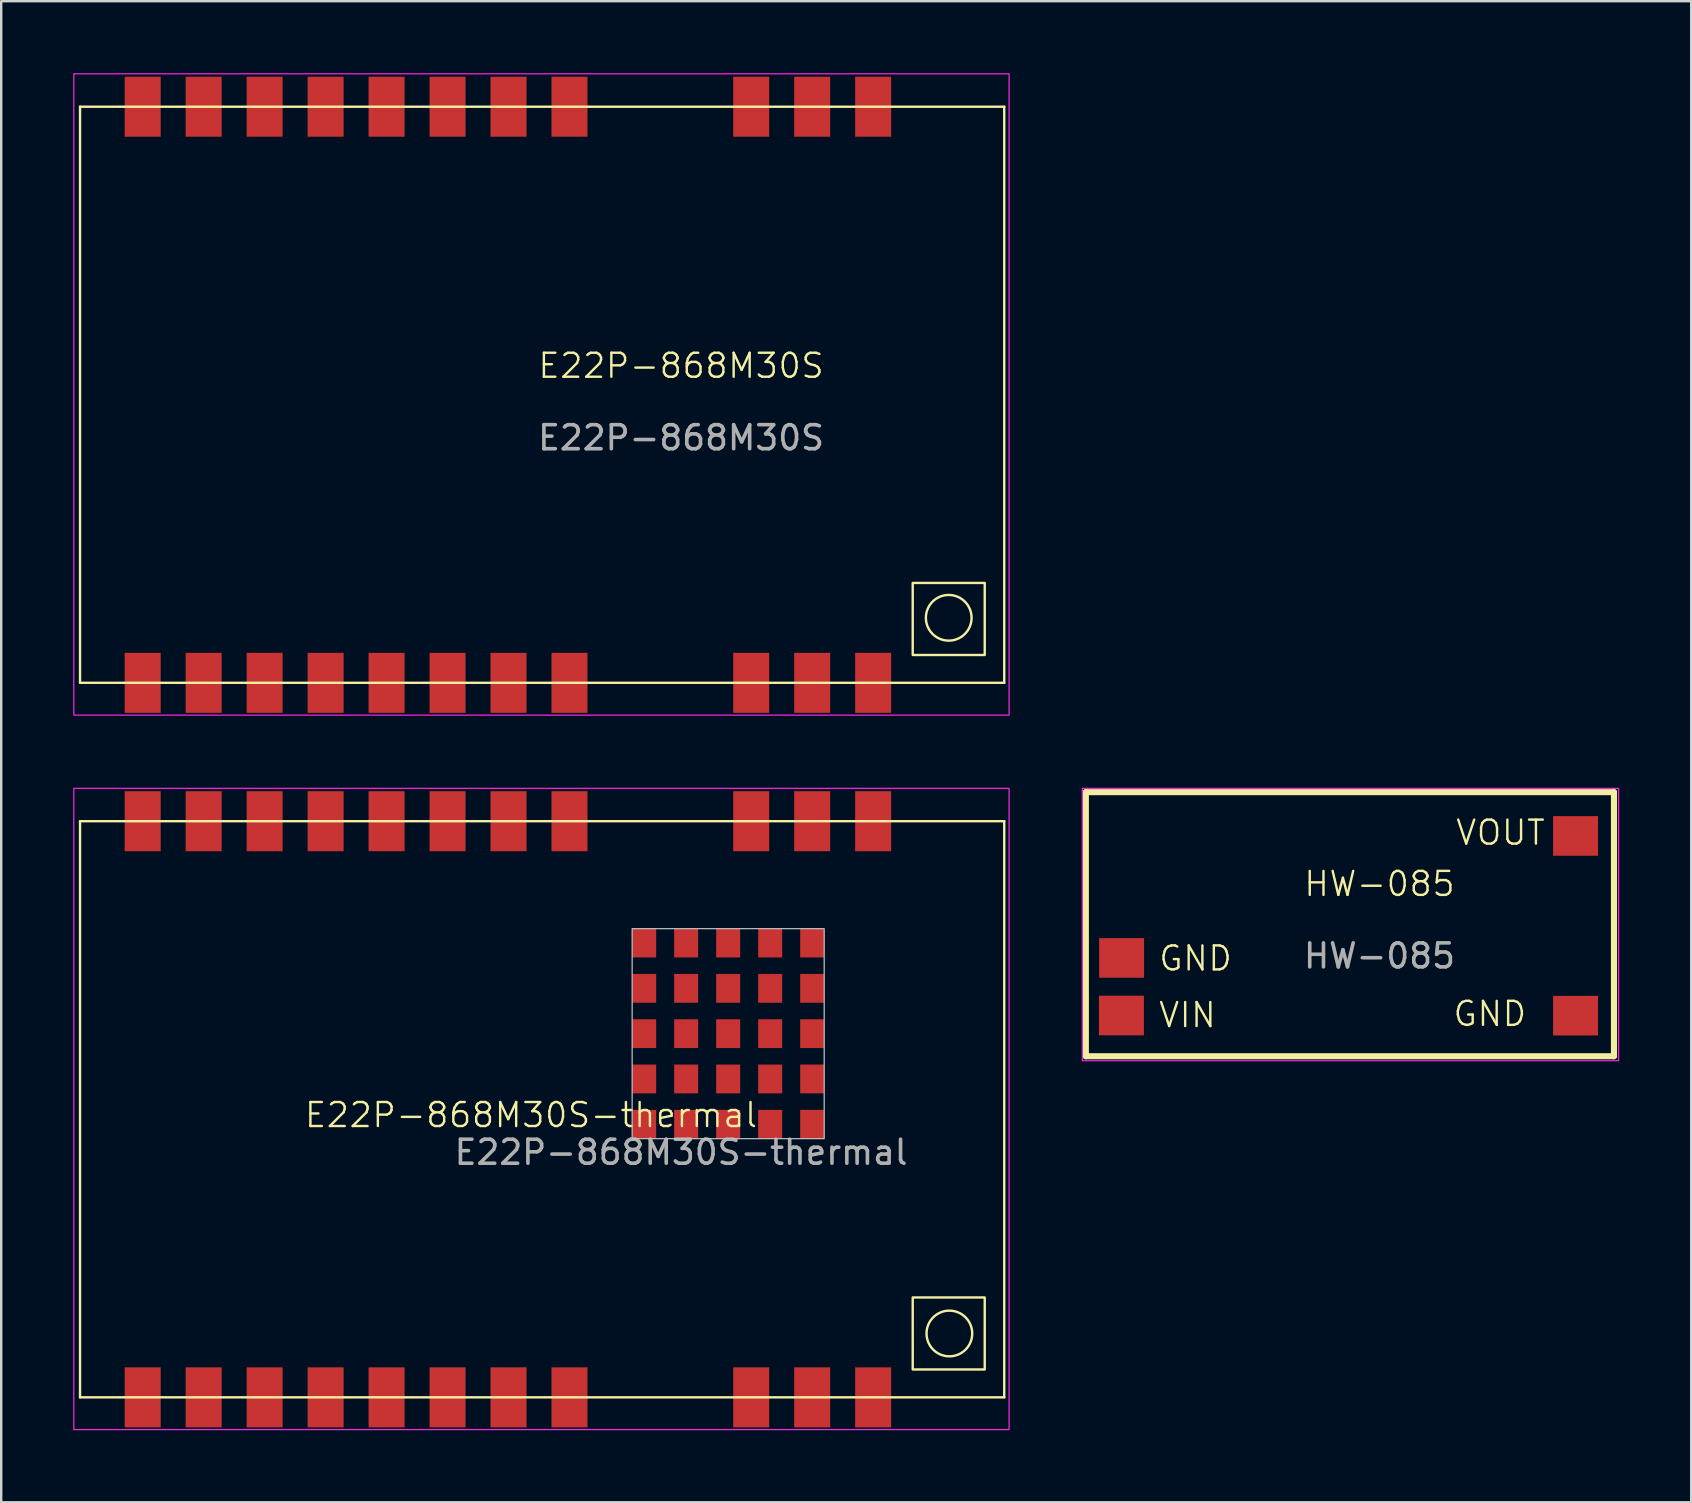
<source format=kicad_pcb>
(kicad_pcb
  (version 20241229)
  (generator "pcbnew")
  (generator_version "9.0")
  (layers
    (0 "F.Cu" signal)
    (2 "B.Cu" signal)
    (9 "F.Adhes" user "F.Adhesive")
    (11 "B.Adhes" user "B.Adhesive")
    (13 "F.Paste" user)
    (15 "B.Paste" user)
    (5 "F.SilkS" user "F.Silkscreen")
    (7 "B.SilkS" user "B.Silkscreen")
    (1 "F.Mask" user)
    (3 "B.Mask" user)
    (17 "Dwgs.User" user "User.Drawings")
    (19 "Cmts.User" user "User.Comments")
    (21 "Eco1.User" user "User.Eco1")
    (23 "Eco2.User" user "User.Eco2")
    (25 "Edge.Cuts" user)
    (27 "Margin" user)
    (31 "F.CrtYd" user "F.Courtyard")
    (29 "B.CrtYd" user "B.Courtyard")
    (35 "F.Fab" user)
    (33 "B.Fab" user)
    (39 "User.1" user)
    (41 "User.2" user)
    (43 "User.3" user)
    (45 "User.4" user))
  (footprint "E22P-868M30S"
    (layer "F.Cu")
    (at 18.972 15.235)
    (property "Reference" "E22P-868M30S" (at 6.35 -3.048 0) (unlocked yes) (layer "F.SilkS") (effects (font (size 1 1) (thickness 0.1))))
    (attr exclude_from_pos_files exclude_from_bom)
    (fp_line (start -18.688 -13.84) (end 19.812 -13.84) (stroke (width 0.1) (type solid)) (layer "F.SilkS"))
    (fp_line (start -18.688 10.16) (end -18.688 -13.84) (stroke (width 0.1) (type solid)) (layer "F.SilkS"))
    (fp_line (start -18.688 10.16) (end 19.812 10.16) (stroke (width 0.1) (type solid)) (layer "F.SilkS"))
    (fp_line (start 19.812 10.16) (end 19.812 -13.84) (stroke (width 0.1) (type solid)) (layer "F.SilkS"))
    (fp_rect (start 16 6) (end 19 9) (stroke (width 0.1) (type default)) (fill no) (layer "F.SilkS"))
    (fp_circle (center 17.5 7.451) (end 18.173 8.124) (stroke (width 0.1) (type default)) (fill no) (layer "F.SilkS"))
    (fp_rect (start -18.947 -15.21) (end 20.015 11.505) (stroke (width 0.05) (type default)) (fill no) (layer "F.CrtYd"))
    (fp_text user "${REFERENCE}" (at 6.35 -0.048 0) (unlocked yes) (layer "F.Fab") (effects (font (size 1 1) (thickness 0.15))))
    (pad "1" smd rect (at -16.078 -13.84 90) (size 2.5 1.5) (layers "F.Cu" "F.Mask" "F.Paste"))
    (pad "1" smd rect (at -16.078 10.16 90) (size 2.5 1.5) (layers "F.Cu" "F.Mask" "F.Paste"))
    (pad "1" smd rect (at -0.838 -13.84 90) (size 2.5 1.5) (layers "F.Cu" "F.Mask" "F.Paste"))
    (pad "1" smd rect (at 1.702 -13.84 90) (size 2.5 1.5) (layers "F.Cu" "F.Mask" "F.Paste"))
    (pad "1" smd rect (at 9.272 -13.84 270) (size 2.5 1.5) (layers "F.Cu" "F.Mask" "F.Paste"))
    (pad "1" smd rect (at 9.272 10.16 270) (size 2.5 1.5) (layers "F.Cu" "F.Mask" "F.Paste"))
    (pad "1" smd rect (at 11.812 -13.84 270) (size 2.5 1.5) (layers "F.Cu" "F.Mask" "F.Paste"))
    (pad "1" smd rect (at 14.352 -13.84 270) (size 2.5 1.5) (layers "F.Cu" "F.Mask" "F.Paste"))
    (pad "1" smd rect (at 14.352 10.16 270) (size 2.5 1.5) (layers "F.Cu" "F.Mask" "F.Paste"))
    (pad "6" smd rect (at -3.378 -13.84 90) (size 2.5 1.5) (layers "F.Cu" "F.Mask" "F.Paste"))
    (pad "7" smd rect (at -5.918 -13.84 90) (size 2.5 1.5) (layers "F.Cu" "F.Mask" "F.Paste"))
    (pad "8" smd rect (at -8.458 -13.84 90) (size 2.5 1.5) (layers "F.Cu" "F.Mask" "F.Paste"))
    (pad "9" smd rect (at -13.538 -13.84 90) (size 2.5 1.5) (layers "F.Cu" "F.Mask" "F.Paste"))
    (pad "9" smd rect (at -10.998 -13.84 90) (size 2.5 1.5) (layers "F.Cu" "F.Mask" "F.Paste"))
    (pad "13" smd rect (at -13.538 10.16 90) (size 2.5 1.5) (layers "F.Cu" "F.Mask" "F.Paste"))
    (pad "14" smd rect (at -10.998 10.16 90) (size 2.5 1.5) (layers "F.Cu" "F.Mask" "F.Paste"))
    (pad "15" smd rect (at -8.458 10.16 90) (size 2.5 1.5) (layers "F.Cu" "F.Mask" "F.Paste"))
    (pad "16" smd rect (at -5.918 10.16 90) (size 2.5 1.5) (layers "F.Cu" "F.Mask" "F.Paste"))
    (pad "17" smd rect (at -3.378 10.16 90) (size 2.5 1.5) (layers "F.Cu" "F.Mask" "F.Paste"))
    (pad "18" smd rect (at -0.838 10.16 90) (size 2.5 1.5) (layers "F.Cu" "F.Mask" "F.Paste"))
    (pad "19" smd rect (at 1.702 10.16 90) (size 2.5 1.5) (layers "F.Cu" "F.Mask" "F.Paste"))
    (pad "21" smd rect (at 11.812 10.16 270) (size 2.5 1.5) (layers "F.Cu" "F.Mask" "F.Paste")))
  (footprint "HW-085"
    (layer "F.Cu")
    (at 53.36 36.214)
    (property "Reference" "HW-085" (at 1.056 -2.442 0) (unlocked yes) (layer "F.SilkS") (effects (font (size 1 1) (thickness 0.1))))
    (attr exclude_from_pos_files exclude_from_bom)
    (fp_line (start -11.176 -6.264) (end 10.824 -6.264) (stroke (width 0.254) (type solid)) (layer "F.SilkS"))
    (fp_line (start -11.176 4.736) (end -11.176 -6.264) (stroke (width 0.254) (type solid)) (layer "F.SilkS"))
    (fp_line (start 10.824 -6.264) (end 10.824 4.736) (stroke (width 0.254) (type solid)) (layer "F.SilkS"))
    (fp_line (start 10.824 4.736) (end -11.176 4.736) (stroke (width 0.254) (type solid)) (layer "F.SilkS"))
    (fp_rect (start -11.322 -6.424) (end 11.016 4.923) (stroke (width 0.05) (type default)) (fill no) (layer "F.CrtYd"))
    (fp_text user "GND" (at 4.064 3.556 0) (unlocked yes) (layer "F.SilkS") (effects (font (size 1 1) (thickness 0.1)) (justify left bottom)))
    (fp_text user "GND" (at -8.196 1.246 0) (unlocked yes) (layer "F.SilkS") (effects (font (size 1 1) (thickness 0.1)) (justify left bottom)))
    (fp_text user "VIN" (at -8.2 3.606 0) (unlocked yes) (layer "F.SilkS") (effects (font (size 1 1) (thickness 0.1)) (justify left bottom)))
    (fp_text user "VOUT" (at 4.174 -3.994 0) (unlocked yes) (layer "F.SilkS") (effects (font (size 1 1) (thickness 0.1)) (justify left bottom)))
    (fp_text user "${REFERENCE}" (at 1.056 0.558 0) (unlocked yes) (layer "F.Fab") (effects (font (size 1 1) (thickness 0.15))))
    (pad "1" smd rect (at -9.693 3.04) (size 1.872 1.651) (layers "F.Cu" "F.Mask"))
    (pad "2" smd rect (at -9.686 0.641) (size 1.872 1.651) (layers "F.Cu" "F.Mask"))
    (pad "2" smd rect (at 9.225 3.047) (size 1.872 1.651) (layers "F.Cu" "F.Mask"))
    (pad "3" smd rect (at 9.225 -4.441) (size 1.872 1.651) (layers "F.Cu" "F.Mask")))
  (footprint "E22P-868M30S-thermal"
    (layer "F.Cu")
    (at 18.972 45)
    (property "Reference" "E22P-868M30S-thermal" (at 0.1 -1.6 0) (unlocked yes) (layer "F.SilkS") (effects (font (size 1 1) (thickness 0.1))))
    (attr exclude_from_pos_files exclude_from_bom)
    (fp_line (start -18.688 -13.84) (end 19.812 -13.84) (stroke (width 0.1) (type solid)) (layer "F.SilkS"))
    (fp_line (start -18.688 10.16) (end -18.688 -13.84) (stroke (width 0.1) (type solid)) (layer "F.SilkS"))
    (fp_line (start -18.688 10.16) (end 19.812 10.16) (stroke (width 0.1) (type solid)) (layer "F.SilkS"))
    (fp_line (start 19.812 10.16) (end 19.812 -13.84) (stroke (width 0.1) (type solid)) (layer "F.SilkS"))
    (fp_rect (start 16 6) (end 19 9) (stroke (width 0.1) (type default)) (fill no) (layer "F.SilkS"))
    (fp_circle (center 17.527 7.5) (end 18.2 8.173) (stroke (width 0.1) (type default)) (fill no) (layer "F.SilkS"))
    (fp_rect (start 4.312 -9.365) (end 12.312 -0.615) (stroke (width 0.05) (type solid)) (fill no) (layer "Dwgs.User"))
    (fp_rect (start -18.947 -15.21) (end 20.015 11.505) (stroke (width 0.05) (type default)) (fill no) (layer "F.CrtYd"))
    (fp_text user "${REFERENCE}" (at 6.35 -0.048 0) (unlocked yes) (layer "F.Fab") (effects (font (size 1 1) (thickness 0.15))))
    (pad "1" smd rect (at -16.078 -13.84 90) (size 2.5 1.5) (layers "F.Cu" "F.Mask" "F.Paste"))
    (pad "1" smd rect (at -16.078 10.16 90) (size 2.5 1.5) (layers "F.Cu" "F.Mask" "F.Paste"))
    (pad "1" smd rect (at -0.838 -13.84 90) (size 2.5 1.5) (layers "F.Cu" "F.Mask" "F.Paste"))
    (pad "1" smd rect (at 1.702 -13.84 90) (size 2.5 1.5) (layers "F.Cu" "F.Mask" "F.Paste"))
    (pad "1" smd rect (at 4.812 -8.765) (size 1 1.2) (layers "F.Cu" "F.Mask" "F.Paste"))
    (pad "1" smd rect (at 4.812 -6.878) (size 1 1.2) (layers "F.Cu" "F.Mask" "F.Paste"))
    (pad "1" smd rect (at 4.812 -4.99) (size 1 1.2) (layers "F.Cu" "F.Mask" "F.Paste"))
    (pad "1" smd rect (at 4.812 -3.103) (size 1 1.2) (layers "F.Cu" "F.Mask" "F.Paste"))
    (pad "1" smd rect (at 4.812 -1.215) (size 1 1.2) (layers "F.Cu" "F.Mask" "F.Paste"))
    (pad "1" smd rect (at 6.562 -8.765) (size 1 1.2) (layers "F.Cu" "F.Mask" "F.Paste"))
    (pad "1" smd rect (at 6.562 -6.878) (size 1 1.2) (layers "F.Cu" "F.Mask" "F.Paste"))
    (pad "1" smd rect (at 6.562 -4.99) (size 1 1.2) (layers "F.Cu" "F.Mask" "F.Paste"))
    (pad "1" smd rect (at 6.562 -3.103) (size 1 1.2) (layers "F.Cu" "F.Mask" "F.Paste"))
    (pad "1" smd rect (at 6.562 -1.215) (size 1 1.2) (layers "F.Cu" "F.Mask" "F.Paste"))
    (pad "1" smd rect (at 8.312 -8.765) (size 1 1.2) (layers "F.Cu" "F.Mask" "F.Paste"))
    (pad "1" smd rect (at 8.312 -6.878) (size 1 1.2) (layers "F.Cu" "F.Mask" "F.Paste"))
    (pad "1" smd rect (at 8.312 -4.99) (size 1 1.2) (layers "F.Cu" "F.Mask" "F.Paste"))
    (pad "1" smd rect (at 8.312 -3.103) (size 1 1.2) (layers "F.Cu" "F.Mask" "F.Paste"))
    (pad "1" smd rect (at 8.312 -1.215) (size 1 1.2) (layers "F.Cu" "F.Mask" "F.Paste"))
    (pad "1" smd rect (at 9.272 -13.84 270) (size 2.5 1.5) (layers "F.Cu" "F.Mask" "F.Paste"))
    (pad "1" smd rect (at 9.272 10.16 270) (size 2.5 1.5) (layers "F.Cu" "F.Mask" "F.Paste"))
    (pad "1" smd rect (at 10.062 -8.765) (size 1 1.2) (layers "F.Cu" "F.Mask" "F.Paste"))
    (pad "1" smd rect (at 10.062 -6.878) (size 1 1.2) (layers "F.Cu" "F.Mask" "F.Paste"))
    (pad "1" smd rect (at 10.062 -4.99) (size 1 1.2) (layers "F.Cu" "F.Mask" "F.Paste"))
    (pad "1" smd rect (at 10.062 -3.103) (size 1 1.2) (layers "F.Cu" "F.Mask" "F.Paste"))
    (pad "1" smd rect (at 10.062 -1.215) (size 1 1.2) (layers "F.Cu" "F.Mask" "F.Paste"))
    (pad "1" smd rect (at 11.812 -13.84 270) (size 2.5 1.5) (layers "F.Cu" "F.Mask" "F.Paste"))
    (pad "1" smd rect (at 11.812 -8.765) (size 1 1.2) (layers "F.Cu" "F.Mask" "F.Paste"))
    (pad "1" smd rect (at 11.812 -6.878) (size 1 1.2) (layers "F.Cu" "F.Mask" "F.Paste"))
    (pad "1" smd rect (at 11.812 -4.99) (size 1 1.2) (layers "F.Cu" "F.Mask" "F.Paste"))
    (pad "1" smd rect (at 11.812 -3.103) (size 1 1.2) (layers "F.Cu" "F.Mask" "F.Paste"))
    (pad "1" smd rect (at 11.812 -1.215) (size 1 1.2) (layers "F.Cu" "F.Mask" "F.Paste"))
    (pad "1" smd rect (at 14.352 -13.84 270) (size 2.5 1.5) (layers "F.Cu" "F.Mask" "F.Paste"))
    (pad "1" smd rect (at 14.352 10.16 270) (size 2.5 1.5) (layers "F.Cu" "F.Mask" "F.Paste"))
    (pad "6" smd rect (at -3.378 -13.84 90) (size 2.5 1.5) (layers "F.Cu" "F.Mask" "F.Paste"))
    (pad "7" smd rect (at -5.918 -13.84 90) (size 2.5 1.5) (layers "F.Cu" "F.Mask" "F.Paste"))
    (pad "8" smd rect (at -8.458 -13.84 90) (size 2.5 1.5) (layers "F.Cu" "F.Mask" "F.Paste"))
    (pad "9" smd rect (at -13.538 -13.84 90) (size 2.5 1.5) (layers "F.Cu" "F.Mask" "F.Paste"))
    (pad "9" smd rect (at -10.998 -13.84 90) (size 2.5 1.5) (layers "F.Cu" "F.Mask" "F.Paste"))
    (pad "13" smd rect (at -13.538 10.16 90) (size 2.5 1.5) (layers "F.Cu" "F.Mask" "F.Paste"))
    (pad "14" smd rect (at -10.998 10.16 90) (size 2.5 1.5) (layers "F.Cu" "F.Mask" "F.Paste"))
    (pad "15" smd rect (at -8.458 10.16 90) (size 2.5 1.5) (layers "F.Cu" "F.Mask" "F.Paste"))
    (pad "16" smd rect (at -5.918 10.16 90) (size 2.5 1.5) (layers "F.Cu" "F.Mask" "F.Paste"))
    (pad "17" smd rect (at -3.378 10.16 90) (size 2.5 1.5) (layers "F.Cu" "F.Mask" "F.Paste"))
    (pad "18" smd rect (at -0.838 10.16 90) (size 2.5 1.5) (layers "F.Cu" "F.Mask" "F.Paste"))
    (pad "19" smd rect (at 1.702 10.16 90) (size 2.5 1.5) (layers "F.Cu" "F.Mask" "F.Paste"))
    (pad "21" smd rect (at 11.812 10.16 270) (size 2.5 1.5) (layers "F.Cu" "F.Mask" "F.Paste")))
  (gr_rect
    (start -3 -3)
    (end 67.401 59.531)
    (stroke (width 0.1) (type default))
    (fill no)
    (layer "Edge.Cuts")))
</source>
